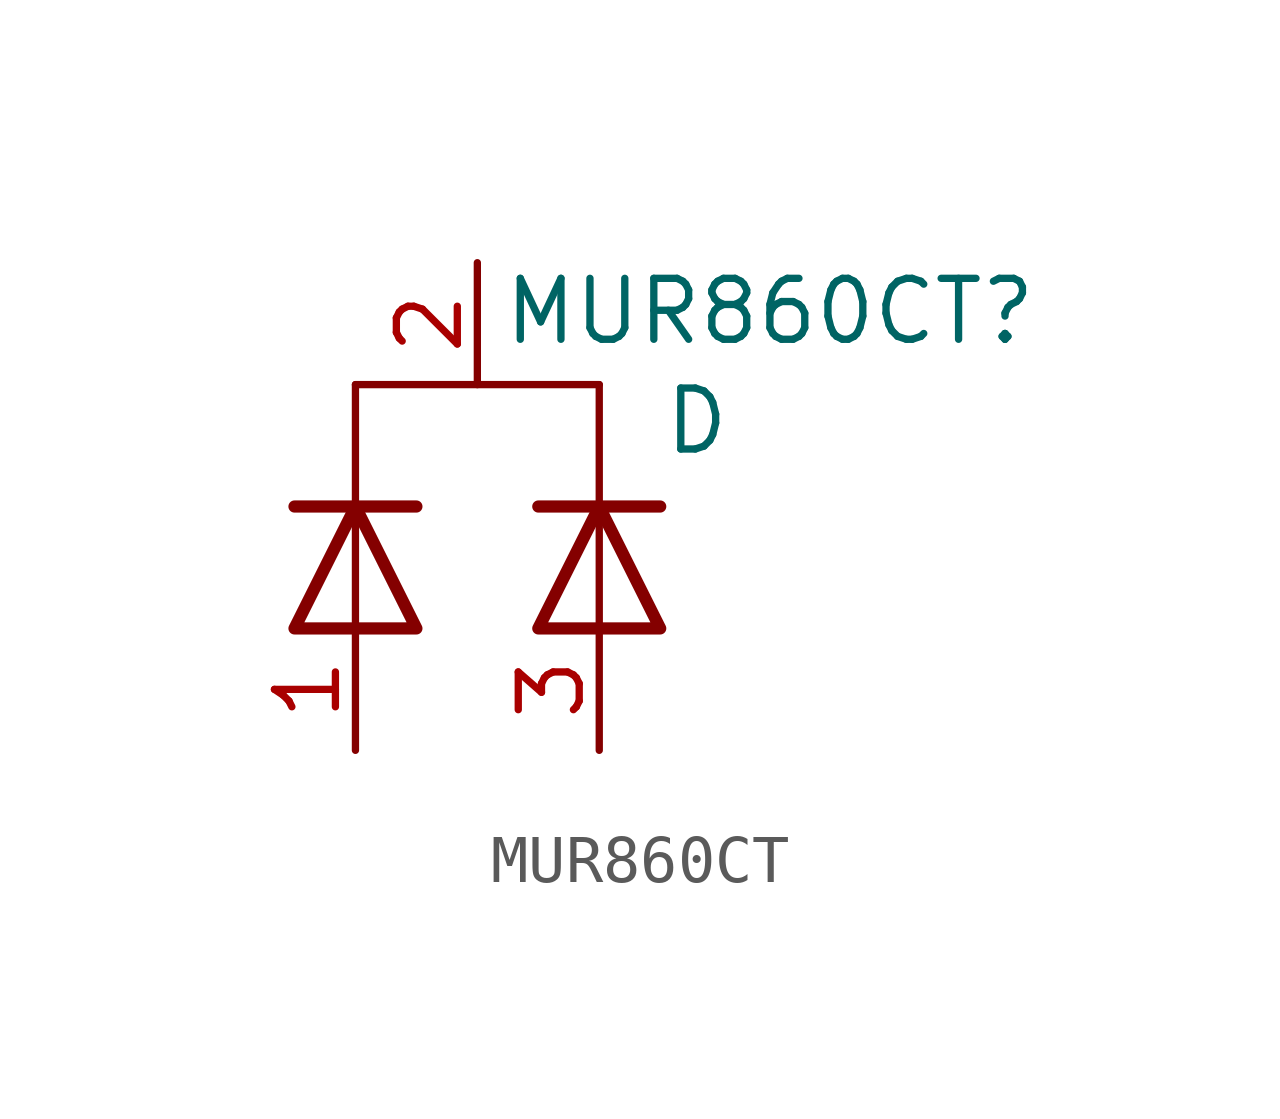
<source format=kicad_sym>
(kicad_symbol_lib
  (version 20241209)
  (generator "kicad_symbol_editor")
  (generator_version "9.0")
  (symbol "MUR860CT"
    (property "Reference" "MUR860CT"
      (at -1.524 5.334 0)
      (effects (font (size 1.27 1.27))))
    (property "Value" "D"
      (at -3.048 3.048 0)
      (effects (font (size 1.27 1.27))))
    (symbol "MUR860CT_0_1"
      (polyline (pts (xy -10.16 -1.27) (xy -10.16 3.81)) (stroke (width 0) (type default)) (fill (type none)))
      (polyline (pts (xy -8.89 1.27) (xy -11.43 1.27)) (stroke (width 0.254) (type default)) (fill (type none)))
      (polyline (pts (xy -8.89 -1.27) (xy -11.43 -1.27) (xy -10.16 1.27) (xy -8.89 -1.27)) (stroke (width 0.254) (type default)) (fill (type none)))
      (polyline (pts (xy -5.08 3.81) (xy -10.16 3.81)) (stroke (width 0) (type default)) (fill (type none)))
      (polyline (pts (xy -5.08 -1.27) (xy -5.08 3.81)) (stroke (width 0) (type default)) (fill (type none)))
      (polyline (pts (xy -3.81 1.27) (xy -6.35 1.27)) (stroke (width 0.254) (type default)) (fill (type none)))
      (polyline (pts (xy -3.81 -1.27) (xy -6.35 -1.27) (xy -5.08 1.27) (xy -3.81 -1.27)) (stroke (width 0.254) (type default)) (fill (type none))))
    (symbol "MUR860CT_1_1"
      (pin passive line (at -10.16 -3.81 90) (length 2.54) (name "" (effects (font (size 1.27 1.27)))) (number "1" (effects (font (size 1.27 1.27)))))
      (pin passive line (at -7.62 6.35 270) (length 2.54) (name "" (effects (font (size 1.27 1.27)))) (number "2" (effects (font (size 1.27 1.27)))))
      (pin passive line (at -5.08 -3.81 90) (length 2.54) (name "" (effects (font (size 1.27 1.27)))) (number "3" (effects (font (size 1.27 1.27))))))))
</source>
